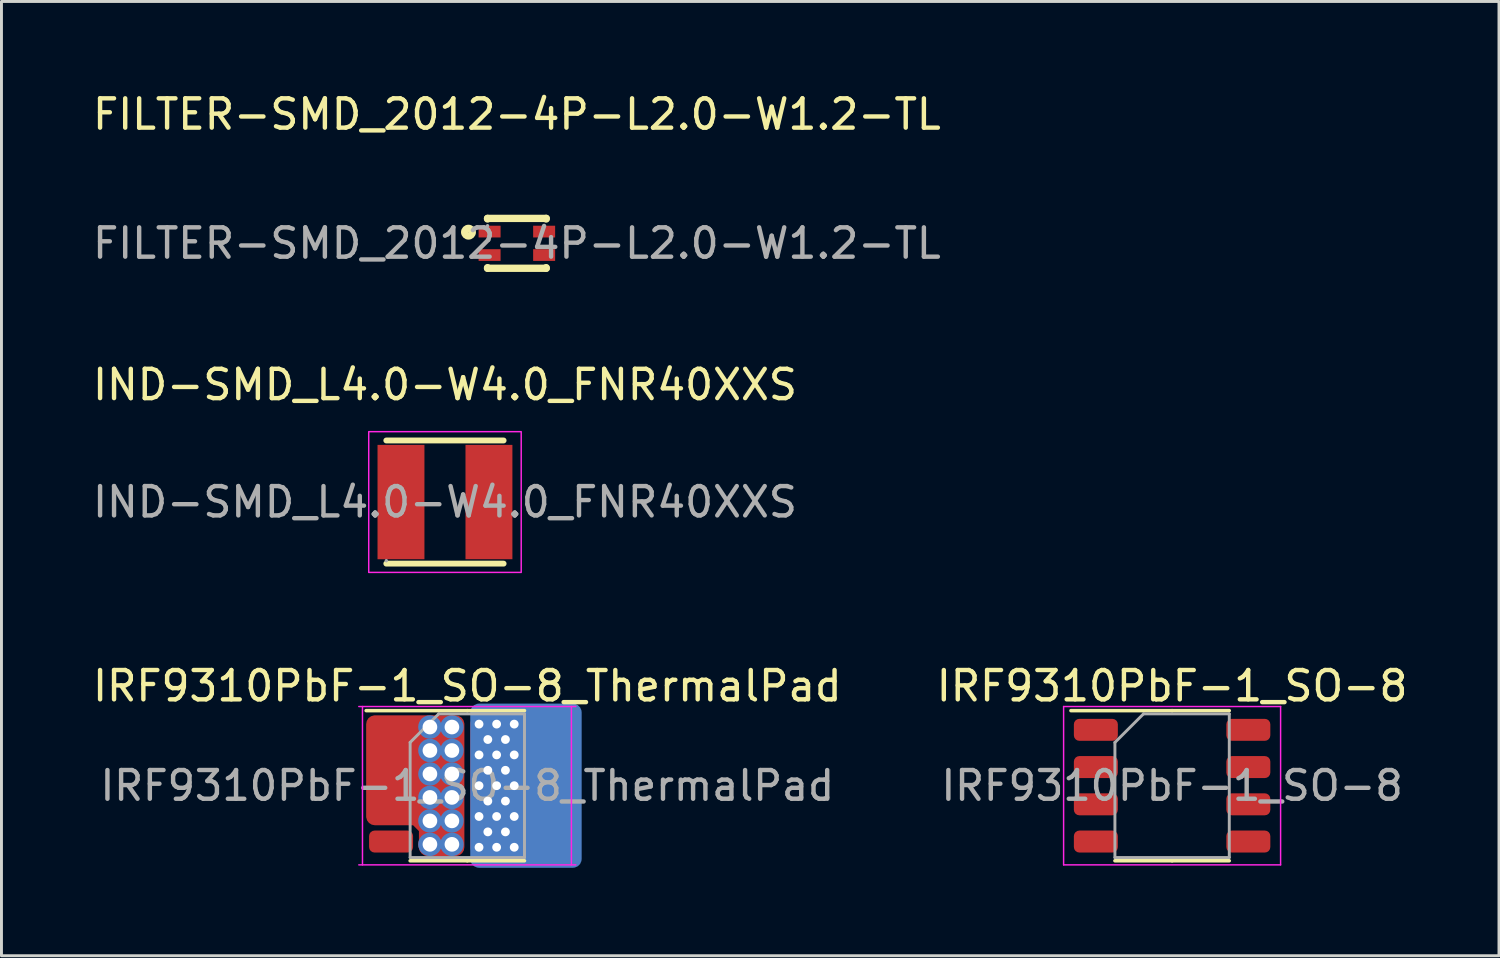
<source format=kicad_pcb>
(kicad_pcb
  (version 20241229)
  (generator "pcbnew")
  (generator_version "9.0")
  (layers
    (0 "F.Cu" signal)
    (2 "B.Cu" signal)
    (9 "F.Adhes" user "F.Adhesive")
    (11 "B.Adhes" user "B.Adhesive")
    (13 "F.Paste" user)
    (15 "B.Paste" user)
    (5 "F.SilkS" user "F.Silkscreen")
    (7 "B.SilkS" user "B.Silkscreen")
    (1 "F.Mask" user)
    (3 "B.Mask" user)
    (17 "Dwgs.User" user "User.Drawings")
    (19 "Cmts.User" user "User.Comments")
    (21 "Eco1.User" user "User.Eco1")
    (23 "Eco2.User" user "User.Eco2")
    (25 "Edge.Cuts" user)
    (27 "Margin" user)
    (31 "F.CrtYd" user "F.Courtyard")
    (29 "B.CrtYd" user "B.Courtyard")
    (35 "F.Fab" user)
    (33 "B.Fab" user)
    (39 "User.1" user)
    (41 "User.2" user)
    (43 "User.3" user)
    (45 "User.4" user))
  (footprint "IRF9310PbF-1_SO-8_ThermalPad"
    (layer "F.Cu")
    (at 12.887 23.745)
    (property "Reference" "IRF9310PbF-1_SO-8_ThermalPad" (at 0 -3.4 0) (layer "F.SilkS") (effects (font (size 1 1) (thickness 0.15))))
    (attr smd)
    (fp_line (start 0 -2.56) (end -3.45 -2.56) (stroke (width 0.12) (type solid)) (layer "F.SilkS"))
    (fp_line (start 0 -2.56) (end 1.95 -2.56) (stroke (width 0.12) (type solid)) (layer "F.SilkS"))
    (fp_line (start 0 2.56) (end -1.95 2.56) (stroke (width 0.12) (type solid)) (layer "F.SilkS"))
    (fp_line (start 0 2.56) (end 1.95 2.56) (stroke (width 0.12) (type solid)) (layer "F.SilkS"))
    (fp_line (start -3.7 2.7) (end 3.7 2.7) (stroke (width 0.05) (type solid)) (layer "F.CrtYd"))
    (fp_line (start -3.575 -2.7) (end -3.575 2.7) (stroke (width 0.05) (type solid)) (layer "F.CrtYd"))
    (fp_line (start 3.55 2.7) (end 3.55 -2.7) (stroke (width 0.05) (type solid)) (layer "F.CrtYd"))
    (fp_line (start 3.7 -2.7) (end -3.7 -2.7) (stroke (width 0.05) (type solid)) (layer "F.CrtYd"))
    (fp_line (start -1.95 -1.475) (end -0.975 -2.45) (stroke (width 0.1) (type solid)) (layer "F.Fab"))
    (fp_line (start -1.95 2.45) (end -1.95 -1.475) (stroke (width 0.1) (type solid)) (layer "F.Fab"))
    (fp_line (start -0.975 -2.45) (end 1.95 -2.45) (stroke (width 0.1) (type solid)) (layer "F.Fab"))
    (fp_line (start 1.95 -2.45) (end 1.95 2.45) (stroke (width 0.1) (type solid)) (layer "F.Fab"))
    (fp_line (start 1.95 2.45) (end -1.95 2.45) (stroke (width 0.1) (type solid)) (layer "F.Fab"))
    (fp_text user "${REFERENCE}" (at 0 0 0) (layer "F.Fab") (effects (font (size 0.98 0.98) (thickness 0.15))))
    (pad "1" smd roundrect (at -2.6 1.905) (size 1.5 0.75) (layers "F.Cu" "F.Mask" "F.Paste") (roundrect_rratio 0.25))
    (pad "2" smd roundrect (at -2.6 -1.905) (size 1.5 0.75) (layers "F.Cu" "F.Mask" "F.Paste") (roundrect_rratio 0.25))
    (pad "2" smd roundrect (at -2.6 -0.635) (size 1.5 0.75) (layers "F.Cu" "F.Mask" "F.Paste") (roundrect_rratio 0.25))
    (pad "2" smd roundrect (at -2.6 0.635) (size 1.5 0.75) (layers "F.Cu" "F.Mask" "F.Paste") (roundrect_rratio 0.25))
    (pad "2" smd custom (at -1.775 0) (size 2 2) (layers "F.Cu") (options (anchor circle)) (primitives (gr_poly (pts (xy 1.375 2.1) (xy 0.425 2.1) (xy 0.425 1.425) (xy 0.05 1.05) (xy -1.375 1.05) (xy -1.375 -2.1) (xy 1.375 -2.1)) (width 0.6) (fill yes))))
    (pad "2" thru_hole circle (at -1.275 -2) (size 0.8 0.8) (drill 0.5) (layers "*.Cu"))
    (pad "2" thru_hole circle (at -1.275 -1.2) (size 0.8 0.8) (drill 0.5) (layers "*.Cu"))
    (pad "2" thru_hole circle (at -1.275 -0.4) (size 0.8 0.8) (drill 0.5) (layers "*.Cu"))
    (pad "2" thru_hole circle (at -1.275 0.4) (size 0.8 0.8) (drill 0.5) (layers "*.Cu"))
    (pad "2" thru_hole circle (at -1.275 1.2) (size 0.8 0.8) (drill 0.5) (layers "*.Cu"))
    (pad "2" thru_hole circle (at -1.275 2) (size 0.8 0.8) (drill 0.5) (layers "*.Cu"))
    (pad "2" thru_hole circle (at -0.525 -2) (size 0.8 0.8) (drill 0.5) (layers "*.Cu"))
    (pad "2" thru_hole circle (at -0.525 -1.2) (size 0.8 0.8) (drill 0.5) (layers "*.Cu"))
    (pad "2" thru_hole circle (at -0.525 -0.4) (size 0.8 0.8) (drill 0.5) (layers "*.Cu"))
    (pad "2" thru_hole circle (at -0.525 0.4) (size 0.8 0.8) (drill 0.5) (layers "*.Cu"))
    (pad "2" thru_hole circle (at -0.525 1.2) (size 0.8 0.8) (drill 0.5) (layers "*.Cu"))
    (pad "2" thru_hole circle (at -0.525 2) (size 0.8 0.8) (drill 0.5) (layers "*.Cu"))
    (pad "3" thru_hole circle (at 0.4 -2.1) (size 0.55 0.55) (drill 0.3) (layers "*.Cu"))
    (pad "3" thru_hole circle (at 0.4 -1.05) (size 0.55 0.55) (drill 0.3) (layers "*.Cu"))
    (pad "3" thru_hole circle (at 0.4 0) (size 0.55 0.55) (drill 0.3) (layers "*.Cu"))
    (pad "3" thru_hole circle (at 0.4 1.05) (size 0.55 0.55) (drill 0.3) (layers "*.Cu"))
    (pad "3" thru_hole circle (at 0.4 2.1) (size 0.55 0.55) (drill 0.3) (layers "*.Cu"))
    (pad "3" thru_hole circle (at 0.7 -1.575) (size 0.55 0.55) (drill 0.3) (layers "*.Cu"))
    (pad "3" thru_hole circle (at 0.7 -0.525) (size 0.55 0.55) (drill 0.3) (layers "*.Cu"))
    (pad "3" thru_hole circle (at 0.7 0.525) (size 0.55 0.55) (drill 0.3) (layers "*.Cu"))
    (pad "3" thru_hole circle (at 0.7 1.575) (size 0.55 0.55) (drill 0.3) (layers "*.Cu"))
    (pad "3" thru_hole circle (at 1 -2.1) (size 0.55 0.55) (drill 0.3) (layers "*.Cu"))
    (pad "3" thru_hole circle (at 1 -1.05) (size 0.55 0.55) (drill 0.3) (layers "*.Cu"))
    (pad "3" thru_hole circle (at 1 0) (size 0.55 0.55) (drill 0.3) (layers "*.Cu"))
    (pad "3" thru_hole circle (at 1 1.05) (size 0.55 0.55) (drill 0.3) (layers "*.Cu"))
    (pad "3" thru_hole circle (at 1 2.1) (size 0.55 0.55) (drill 0.3) (layers "*.Cu"))
    (pad "3" thru_hole circle (at 1.3 -1.575) (size 0.55 0.55) (drill 0.3) (layers "*.Cu"))
    (pad "3" thru_hole circle (at 1.3 -0.525) (size 0.55 0.55) (drill 0.3) (layers "*.Cu"))
    (pad "3" thru_hole circle (at 1.3 0.525) (size 0.55 0.55) (drill 0.3) (layers "*.Cu"))
    (pad "3" thru_hole circle (at 1.3 1.575) (size 0.55 0.55) (drill 0.3) (layers "*.Cu"))
    (pad "3" thru_hole circle (at 1.6 -2.1) (size 0.55 0.55) (drill 0.3) (layers "*.Cu"))
    (pad "3" thru_hole circle (at 1.6 -1.05) (size 0.55 0.55) (drill 0.3) (layers "*.Cu"))
    (pad "3" thru_hole circle (at 1.6 0) (size 0.55 0.55) (drill 0.3) (layers "*.Cu"))
    (pad "3" thru_hole circle (at 1.6 1.05) (size 0.55 0.55) (drill 0.3) (layers "*.Cu"))
    (pad "3" thru_hole circle (at 1.6 2.1) (size 0.55 0.55) (drill 0.3) (layers "*.Cu"))
    (pad "3" smd roundrect (at 1.775 0) (size 3.35 4.8) (layers "F.Cu") (roundrect_rratio 0.09))
    (pad "3" smd roundrect (at 2 0) (size 3.8 5.6) (layers "B.Cu") (roundrect_rratio 0.079))
    (pad "3" smd roundrect (at 2.6 -1.905) (size 1.5 0.75) (layers "F.Cu" "F.Mask" "F.Paste") (roundrect_rratio 0.25))
    (pad "3" smd roundrect (at 2.6 -0.635) (size 1.5 0.75) (layers "F.Cu" "F.Mask" "F.Paste") (roundrect_rratio 0.25))
    (pad "3" smd roundrect (at 2.6 0.635) (size 1.5 0.75) (layers "F.Cu" "F.Mask" "F.Paste") (roundrect_rratio 0.25))
    (pad "3" smd roundrect (at 2.6 1.905) (size 1.5 0.75) (layers "F.Cu" "F.Mask" "F.Paste") (roundrect_rratio 0.25)))
  (footprint "IRF9310PbF-1_SO-8"
    (layer "F.Cu")
    (at 36.923 23.745)
    (property "Reference" "IRF9310PbF-1_SO-8" (at 0 -3.4 0) (layer "F.SilkS") (effects (font (size 1 1) (thickness 0.15))))
    (attr smd)
    (fp_line (start 0 -2.56) (end -3.45 -2.56) (stroke (width 0.12) (type solid)) (layer "F.SilkS"))
    (fp_line (start 0 -2.56) (end 1.95 -2.56) (stroke (width 0.12) (type solid)) (layer "F.SilkS"))
    (fp_line (start 0 2.56) (end -1.95 2.56) (stroke (width 0.12) (type solid)) (layer "F.SilkS"))
    (fp_line (start 0 2.56) (end 1.95 2.56) (stroke (width 0.12) (type solid)) (layer "F.SilkS"))
    (fp_line (start -3.7 -2.7) (end -3.7 2.7) (stroke (width 0.05) (type solid)) (layer "F.CrtYd"))
    (fp_line (start -3.7 2.7) (end 3.7 2.7) (stroke (width 0.05) (type solid)) (layer "F.CrtYd"))
    (fp_line (start 3.7 -2.7) (end -3.7 -2.7) (stroke (width 0.05) (type solid)) (layer "F.CrtYd"))
    (fp_line (start 3.7 2.7) (end 3.7 -2.7) (stroke (width 0.05) (type solid)) (layer "F.CrtYd"))
    (fp_line (start -1.95 -1.475) (end -0.975 -2.45) (stroke (width 0.1) (type solid)) (layer "F.Fab"))
    (fp_line (start -1.95 2.45) (end -1.95 -1.475) (stroke (width 0.1) (type solid)) (layer "F.Fab"))
    (fp_line (start -0.975 -2.45) (end 1.95 -2.45) (stroke (width 0.1) (type solid)) (layer "F.Fab"))
    (fp_line (start 1.95 -2.45) (end 1.95 2.45) (stroke (width 0.1) (type solid)) (layer "F.Fab"))
    (fp_line (start 1.95 2.45) (end -1.95 2.45) (stroke (width 0.1) (type solid)) (layer "F.Fab"))
    (fp_text user "${REFERENCE}" (at 0 0 0) (layer "F.Fab") (effects (font (size 0.98 0.98) (thickness 0.15))))
    (pad "1" smd roundrect (at -2.6 1.905) (size 1.5 0.75) (layers "F.Cu" "F.Mask" "F.Paste") (roundrect_rratio 0.25))
    (pad "2" smd roundrect (at -2.6 -1.905) (size 1.5 0.75) (layers "F.Cu" "F.Mask" "F.Paste") (roundrect_rratio 0.25))
    (pad "2" smd roundrect (at -2.6 -0.635) (size 1.5 0.75) (layers "F.Cu" "F.Mask" "F.Paste") (roundrect_rratio 0.25))
    (pad "2" smd roundrect (at -2.6 0.635) (size 1.5 0.75) (layers "F.Cu" "F.Mask" "F.Paste") (roundrect_rratio 0.25))
    (pad "3" smd roundrect (at 2.6 -1.905) (size 1.5 0.75) (layers "F.Cu" "F.Mask" "F.Paste") (roundrect_rratio 0.25))
    (pad "3" smd roundrect (at 2.6 -0.635) (size 1.5 0.75) (layers "F.Cu" "F.Mask" "F.Paste") (roundrect_rratio 0.25))
    (pad "3" smd roundrect (at 2.6 0.635) (size 1.5 0.75) (layers "F.Cu" "F.Mask" "F.Paste") (roundrect_rratio 0.25))
    (pad "3" smd roundrect (at 2.6 1.905) (size 1.5 0.75) (layers "F.Cu" "F.Mask" "F.Paste") (roundrect_rratio 0.25)))
  (footprint "FILTER-SMD_2012-4P-L2.0-W1.2-TL"
    (layer "F.Cu")
    (at 14.577 5.248)
    (property "Reference" "FILTER-SMD_2012-4P-L2.0-W1.2-TL" (at 0 -4.4 0) (layer "F.SilkS") (effects (font (size 1 1) (thickness 0.15))))
    (attr smd)
    (fp_line (start -1 -0.85) (end -1 -0.83) (stroke (width 0.25) (type solid)) (layer "F.SilkS"))
    (fp_line (start -1 -0.85) (end 1 -0.85) (stroke (width 0.25) (type solid)) (layer "F.SilkS"))
    (fp_line (start -1 0.83) (end -1 0.85) (stroke (width 0.25) (type solid)) (layer "F.SilkS"))
    (fp_line (start -1 0.85) (end 1 0.85) (stroke (width 0.25) (type solid)) (layer "F.SilkS"))
    (fp_line (start 1 -0.85) (end 1 -0.83) (stroke (width 0.25) (type solid)) (layer "F.SilkS"))
    (fp_line (start 1 0.83) (end 1 0.85) (stroke (width 0.25) (type solid)) (layer "F.SilkS"))
    (fp_circle (center -1.65 -0.38) (end -1.52 -0.38) (stroke (width 0.25) (type solid)) (fill no) (layer "F.SilkS"))
    (fp_circle (center -1 -0.6) (end -0.97 -0.6) (stroke (width 0.06) (type solid)) (fill no) (layer "F.Fab"))
    (fp_text user "${REFERENCE}" (at 0 0 0) (layer "F.Fab") (effects (font (size 1 1) (thickness 0.15))))
    (pad "1" smd rect (at -0.93 -0.4) (size 0.75 0.4) (layers "F.Cu" "F.Mask" "F.Paste"))
    (pad "2" smd rect (at -0.93 0.4) (size 0.75 0.4) (layers "F.Cu" "F.Mask" "F.Paste"))
    (pad "3" smd rect (at 0.93 0.4) (size 0.75 0.4) (layers "F.Cu" "F.Mask" "F.Paste"))
    (pad "4" smd rect (at 0.93 -0.4) (size 0.75 0.4) (layers "F.Cu" "F.Mask" "F.Paste")))
  (footprint "IND-SMD_L4.0-W4.0_FNR40XXS"
    (layer "F.Cu")
    (at 12.125 14.072)
    (property "Reference" "IND-SMD_L4.0-W4.0_FNR40XXS" (at 0 -4 0) (layer "F.SilkS") (effects (font (size 1 1) (thickness 0.15))))
    (attr smd)
    (fp_line (start -2 -2.1) (end 2 -2.1) (stroke (width 0.2) (type solid)) (layer "F.SilkS"))
    (fp_line (start -2 2.1) (end 2 2.1) (stroke (width 0.2) (type solid)) (layer "F.SilkS"))
    (fp_rect (start -2.6 -2.4) (end 2.6 2.4) (stroke (width 0.05) (type default)) (fill no) (layer "F.CrtYd"))
    (fp_circle (center -2 2) (end -1.97 2) (stroke (width 0.06) (type solid)) (fill no) (layer "F.Fab"))
    (fp_text user "${REFERENCE}" (at 0 0 0) (layer "F.Fab") (effects (font (size 1 1) (thickness 0.15))))
    (pad "1" smd rect (at -1.5 0) (size 1.6 3.9) (layers "F.Cu" "F.Mask" "F.Paste"))
    (pad "2" smd rect (at 1.5 0) (size 1.6 3.9) (layers "F.Cu" "F.Mask" "F.Paste")))
  (gr_rect
    (start -3 -3)
    (end 48.071 29.545)
    (stroke (width 0.1) (type default))
    (fill no)
    (layer "Edge.Cuts")))
</source>
